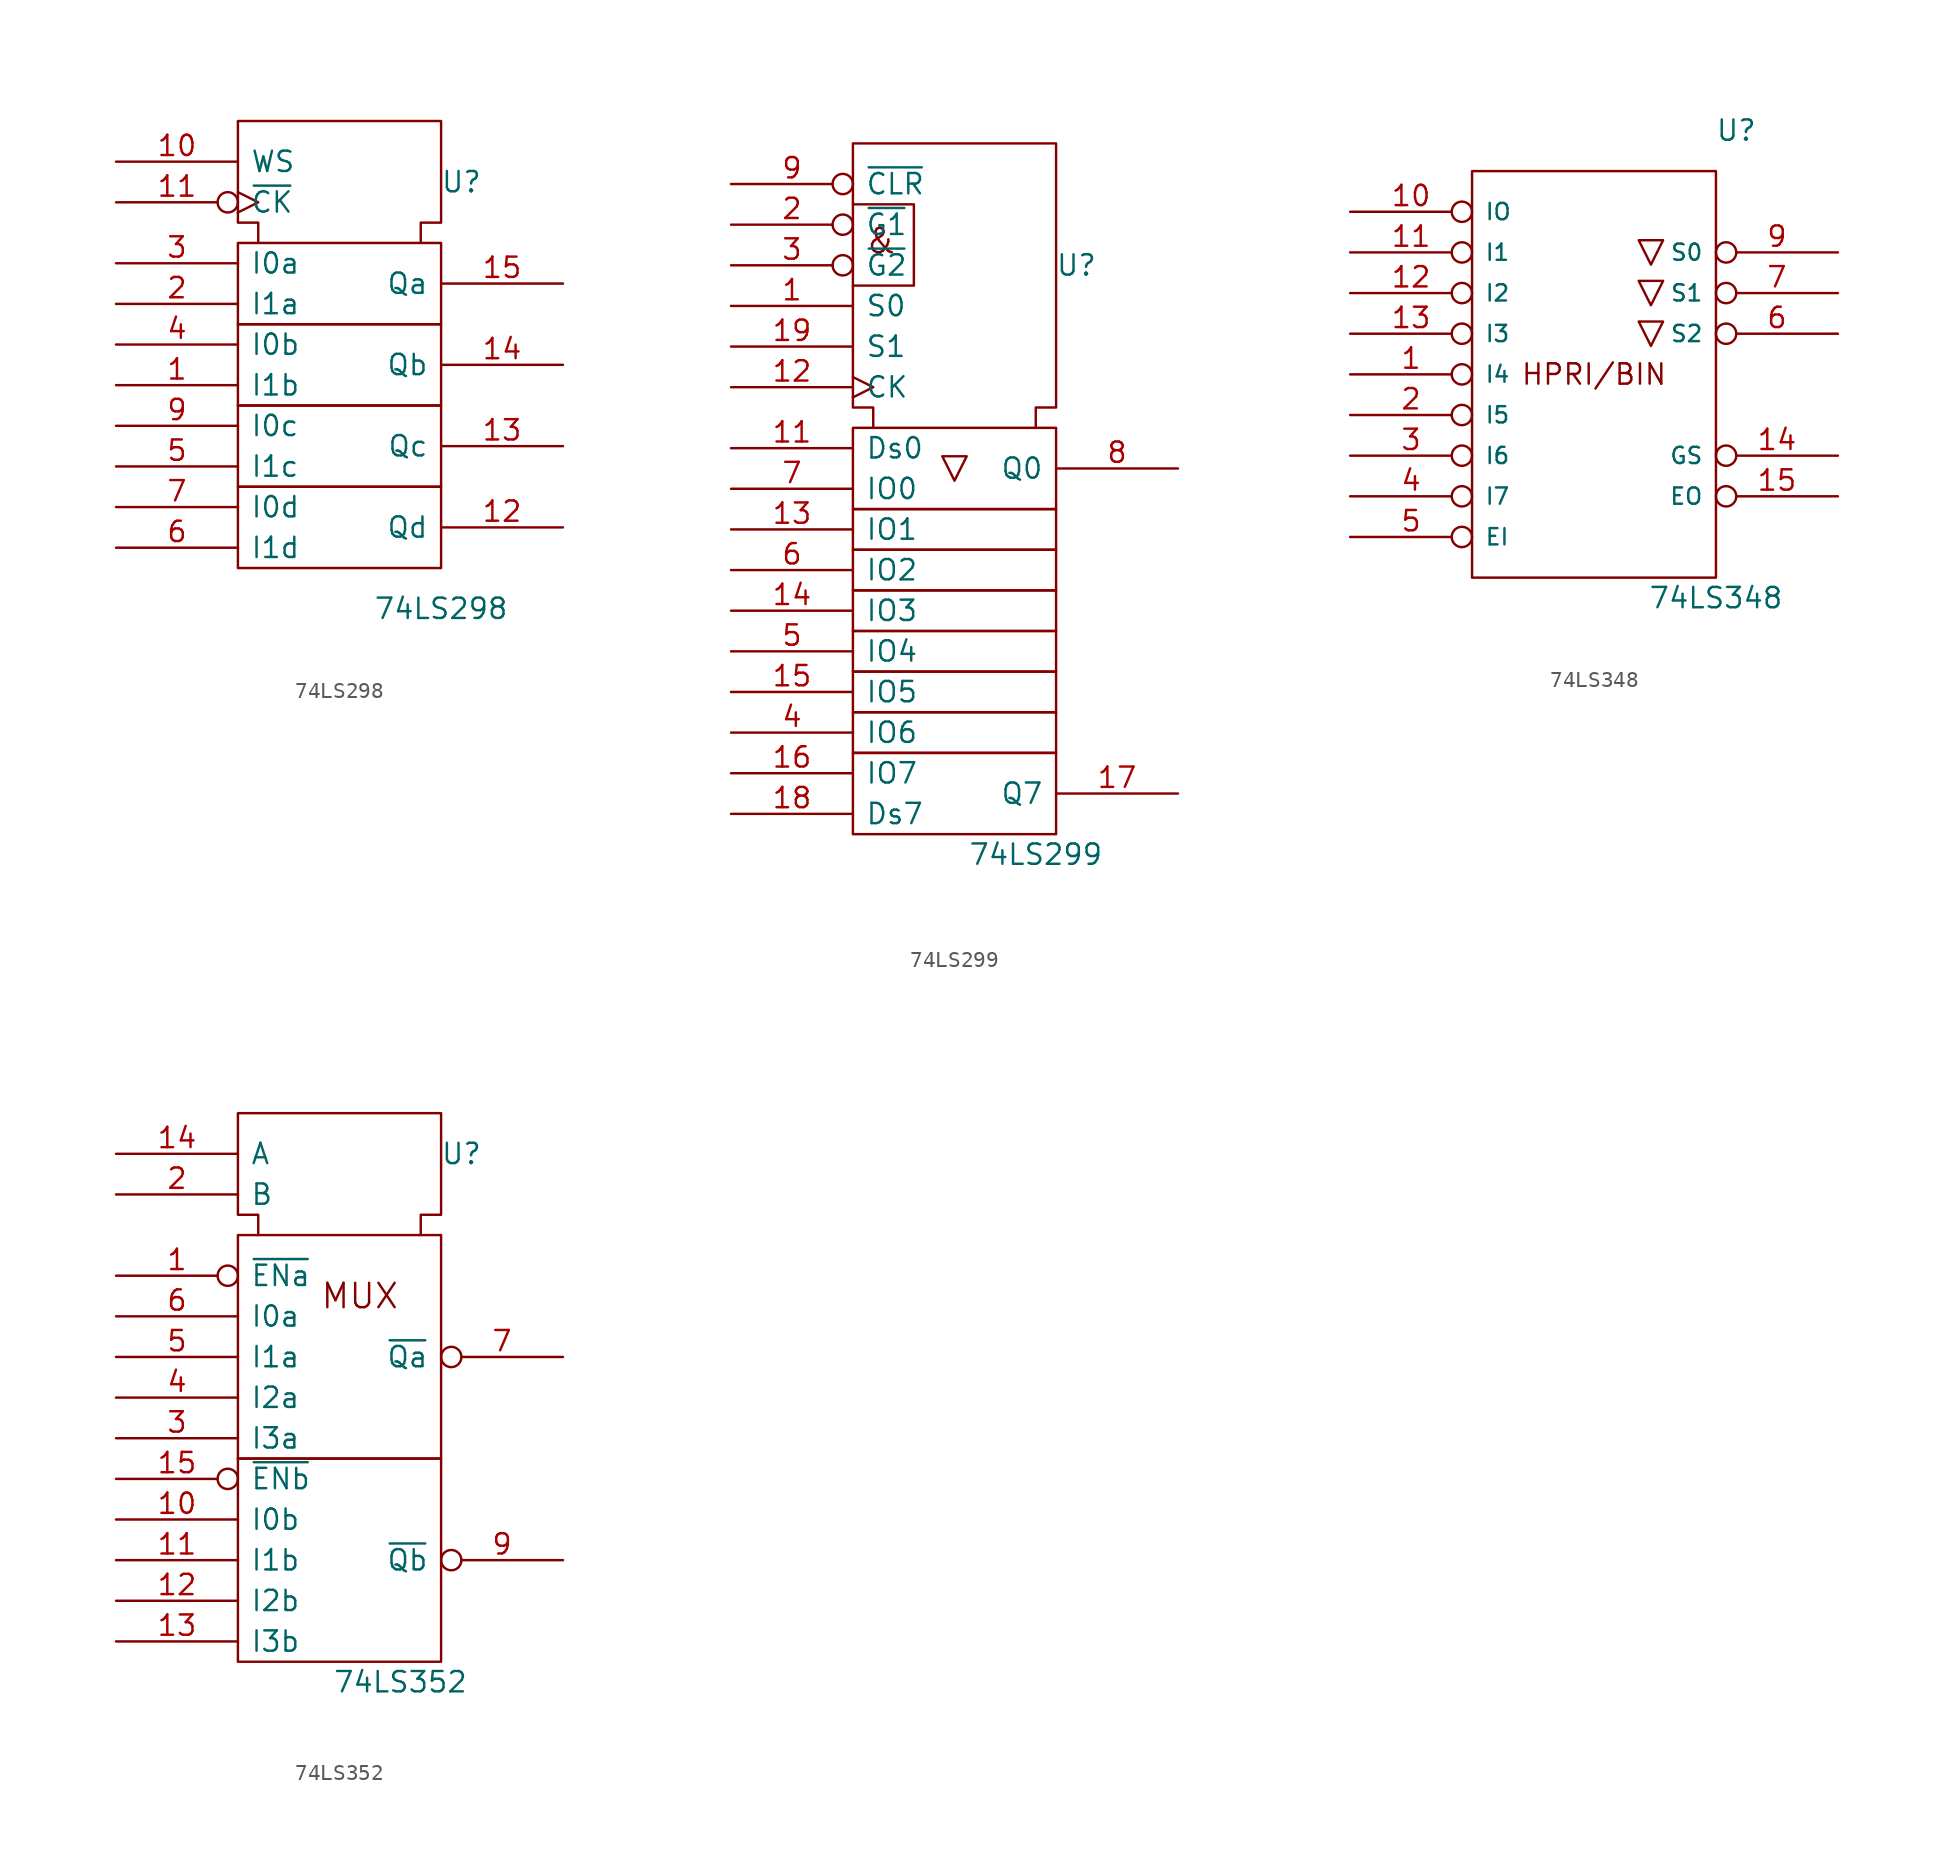
<source format=kicad_sym>
(kicad_symbol_lib
  (version 20231120)
  (generator "kicad_symbol_editor")
  (generator_version "8.0")
  (symbol "74LS298"
    (pin_names
      (offset 0.762))
    (property "Reference" "U"
      (at 7.62 10.16 0)
      (effects (font (size 1.27 1.27))))
    (property "Value" "74LS298"
      (at 6.35 -16.51 0)
      (effects (font (size 1.27 1.27))))
    (symbol "74LS298_0_0"
      (rectangle (start -6.35 -8.89) (end 6.35 -13.97) (stroke (width 0) (type default)) (fill (type none)))
      (rectangle (start -6.35 -3.81) (end 6.35 -8.89) (stroke (width 0) (type default)) (fill (type none)))
      (rectangle (start -6.35 1.27) (end 6.35 -3.81) (stroke (width 0) (type default)) (fill (type none)))
      (rectangle (start -6.35 6.35) (end 6.35 1.27) (stroke (width 0) (type default)) (fill (type none)))
      (polyline (pts (xy -5.08 6.35) (xy -5.08 7.62) (xy -6.35 7.62) (xy -6.35 13.97) (xy 6.35 13.97) (xy 6.35 7.62) (xy 5.08 7.62) (xy 5.08 6.35) (xy 5.08 6.35)) (stroke (width 0) (type default)) (fill (type none)))
      (pin power_in line (at 3.81 13.97 270) (length 0) hide (name "VCC" (effects (font (size 1.27 1.27)))) (number "16" (effects (font (size 1.27 1.27)))))
      (pin power_in line (at 0 13.97 270) (length 0) hide (name "GND" (effects (font (size 1.27 1.27)))) (number "8" (effects (font (size 1.27 1.27))))))
    (symbol "74LS298_1_1"
      (pin input line (at -13.97 -2.54 0) (length 7.62) (name "I1b" (effects (font (size 1.27 1.27)))) (number "1" (effects (font (size 1.27 1.27)))))
      (pin input line (at -13.97 11.43 0) (length 7.62) (name "WS" (effects (font (size 1.27 1.27)))) (number "10" (effects (font (size 1.27 1.27)))))
      (pin input inverted_clock (at -13.97 8.89 0) (length 7.62) (name "~{CK}" (effects (font (size 1.27 1.27)))) (number "11" (effects (font (size 1.27 1.27)))))
      (pin tri_state line (at 13.97 -11.43 180) (length 7.62) (name "Qd" (effects (font (size 1.27 1.27)))) (number "12" (effects (font (size 1.27 1.27)))))
      (pin tri_state line (at 13.97 -6.35 180) (length 7.62) (name "Qc" (effects (font (size 1.27 1.27)))) (number "13" (effects (font (size 1.27 1.27)))))
      (pin tri_state line (at 13.97 -1.27 180) (length 7.62) (name "Qb" (effects (font (size 1.27 1.27)))) (number "14" (effects (font (size 1.27 1.27)))))
      (pin tri_state line (at 13.97 3.81 180) (length 7.62) (name "Qa" (effects (font (size 1.27 1.27)))) (number "15" (effects (font (size 1.27 1.27)))))
      (pin input line (at -13.97 2.54 0) (length 7.62) (name "I1a" (effects (font (size 1.27 1.27)))) (number "2" (effects (font (size 1.27 1.27)))))
      (pin input line (at -13.97 5.08 0) (length 7.62) (name "I0a" (effects (font (size 1.27 1.27)))) (number "3" (effects (font (size 1.27 1.27)))))
      (pin input line (at -13.97 0 0) (length 7.62) (name "I0b" (effects (font (size 1.27 1.27)))) (number "4" (effects (font (size 1.27 1.27)))))
      (pin input line (at -13.97 -7.62 0) (length 7.62) (name "I1c" (effects (font (size 1.27 1.27)))) (number "5" (effects (font (size 1.27 1.27)))))
      (pin input line (at -13.97 -12.7 0) (length 7.62) (name "I1d" (effects (font (size 1.27 1.27)))) (number "6" (effects (font (size 1.27 1.27)))))
      (pin input line (at -13.97 -10.16 0) (length 7.62) (name "I0d" (effects (font (size 1.27 1.27)))) (number "7" (effects (font (size 1.27 1.27)))))
      (pin input line (at -13.97 -5.08 0) (length 7.62) (name "I0c" (effects (font (size 1.27 1.27)))) (number "9" (effects (font (size 1.27 1.27)))))))
  (symbol "74LS299"
    (pin_names
      (offset 0.762))
    (property "Reference" "U"
      (at 7.62 6.35 0)
      (effects (font (size 1.27 1.27))))
    (property "Value" "74LS299"
      (at 5.08 -30.48 0)
      (effects (font (size 1.27 1.27))))
    (symbol "74LS299_0_0"
      (polyline (pts (xy 0.762 -5.588) (xy -0.762 -5.588) (xy 0 -7.112) (xy 0.762 -5.588) (xy 0.762 -5.588)) (stroke (width 0) (type default)) (fill (type none)))
      (text "&" (at -4.572 7.874 0) (effects (font (size 1.524 1.524))))
      (pin power_in line (at 0 13.97 270) (length 0) hide (name "GND" (effects (font (size 1.27 1.27)))) (number "10" (effects (font (size 1.27 1.27)))))
      (pin power_in line (at 3.81 13.97 270) (length 0) hide (name "VCC" (effects (font (size 1.27 1.27)))) (number "20" (effects (font (size 1.27 1.27))))))
    (symbol "74LS299_0_1"
      (rectangle (start -6.35 -24.13) (end 6.35 -29.21) (stroke (width 0) (type default)) (fill (type none)))
      (rectangle (start -6.35 -21.59) (end 6.35 -24.13) (stroke (width 0) (type default)) (fill (type none)))
      (rectangle (start -6.35 -19.05) (end 6.35 -21.59) (stroke (width 0) (type default)) (fill (type none)))
      (rectangle (start -6.35 -16.51) (end 6.35 -19.05) (stroke (width 0) (type default)) (fill (type none)))
      (rectangle (start -6.35 -13.97) (end 6.35 -16.51) (stroke (width 0) (type default)) (fill (type none)))
      (rectangle (start -6.35 -11.43) (end 6.35 -13.97) (stroke (width 0) (type default)) (fill (type none)))
      (rectangle (start -6.35 -8.89) (end 6.35 -11.43) (stroke (width 0) (type default)) (fill (type none)))
      (rectangle (start -6.35 -3.81) (end 6.35 -8.89) (stroke (width 0) (type default)) (fill (type none)))
      (polyline (pts (xy -6.35 10.16) (xy -2.54 10.16) (xy -2.54 5.08) (xy -6.35 5.08) (xy -6.35 5.08)) (stroke (width 0) (type default)) (fill (type none)))
      (polyline (pts (xy -5.08 -3.81) (xy -5.08 -2.54) (xy -6.35 -2.54) (xy -6.35 13.97) (xy 6.35 13.97) (xy 6.35 -2.54) (xy 5.08 -2.54) (xy 5.08 -3.81) (xy 5.08 -3.81)) (stroke (width 0) (type default)) (fill (type none))))
    (symbol "74LS299_1_1"
      (pin input line (at -13.97 3.81 0) (length 7.62) (name "S0" (effects (font (size 1.27 1.27)))) (number "1" (effects (font (size 1.27 1.27)))))
      (pin input line (at -13.97 -5.08 0) (length 7.62) (name "Ds0" (effects (font (size 1.27 1.27)))) (number "11" (effects (font (size 1.27 1.27)))))
      (pin input clock (at -13.97 -1.27 0) (length 7.62) (name "CK" (effects (font (size 1.27 1.27)))) (number "12" (effects (font (size 1.27 1.27)))))
      (pin tri_state line (at -13.97 -10.16 0) (length 7.62) (name "IO1" (effects (font (size 1.27 1.27)))) (number "13" (effects (font (size 1.27 1.27)))))
      (pin tri_state line (at -13.97 -15.24 0) (length 7.62) (name "IO3" (effects (font (size 1.27 1.27)))) (number "14" (effects (font (size 1.27 1.27)))))
      (pin tri_state line (at -13.97 -20.32 0) (length 7.62) (name "IO5" (effects (font (size 1.27 1.27)))) (number "15" (effects (font (size 1.27 1.27)))))
      (pin tri_state line (at -13.97 -25.4 0) (length 7.62) (name "IO7" (effects (font (size 1.27 1.27)))) (number "16" (effects (font (size 1.27 1.27)))))
      (pin output line (at 13.97 -26.67 180) (length 7.62) (name "Q7" (effects (font (size 1.27 1.27)))) (number "17" (effects (font (size 1.27 1.27)))))
      (pin input line (at -13.97 -27.94 0) (length 7.62) (name "Ds7" (effects (font (size 1.27 1.27)))) (number "18" (effects (font (size 1.27 1.27)))))
      (pin input line (at -13.97 1.27 0) (length 7.62) (name "S1" (effects (font (size 1.27 1.27)))) (number "19" (effects (font (size 1.27 1.27)))))
      (pin input inverted (at -13.97 8.89 0) (length 7.62) (name "~{G1}" (effects (font (size 1.27 1.27)))) (number "2" (effects (font (size 1.27 1.27)))))
      (pin input inverted (at -13.97 6.35 0) (length 7.62) (name "~{G2}" (effects (font (size 1.27 1.27)))) (number "3" (effects (font (size 1.27 1.27)))))
      (pin tri_state line (at -13.97 -22.86 0) (length 7.62) (name "IO6" (effects (font (size 1.27 1.27)))) (number "4" (effects (font (size 1.27 1.27)))))
      (pin tri_state line (at -13.97 -17.78 0) (length 7.62) (name "IO4" (effects (font (size 1.27 1.27)))) (number "5" (effects (font (size 1.27 1.27)))))
      (pin tri_state line (at -13.97 -12.7 0) (length 7.62) (name "IO2" (effects (font (size 1.27 1.27)))) (number "6" (effects (font (size 1.27 1.27)))))
      (pin tri_state line (at -13.97 -7.62 0) (length 7.62) (name "IO0" (effects (font (size 1.27 1.27)))) (number "7" (effects (font (size 1.27 1.27)))))
      (pin output line (at 13.97 -6.35 180) (length 7.62) (name "Q0" (effects (font (size 1.27 1.27)))) (number "8" (effects (font (size 1.27 1.27)))))
      (pin input inverted (at -13.97 11.43 0) (length 7.62) (name "~{CLR}" (effects (font (size 1.27 1.27)))) (number "9" (effects (font (size 1.27 1.27)))))))
  (symbol "74LS348"
    (pin_names
      (offset 0.762))
    (property "Reference" "U"
      (at 8.89 15.24 0)
      (effects (font (size 1.27 1.27))))
    (property "Value" "74LS348"
      (at 7.62 -13.97 0)
      (effects (font (size 1.27 1.27))))
    (symbol "74LS348_0_0"
      (rectangle (start -7.62 12.7) (end 7.62 -12.7) (stroke (width 0) (type default)) (fill (type none)))
      (polyline (pts (xy 4.318 3.302) (xy 2.794 3.302) (xy 3.556 1.778) (xy 4.318 3.302) (xy 4.318 3.302)) (stroke (width 0) (type default)) (fill (type none)))
      (polyline (pts (xy 4.318 5.842) (xy 2.794 5.842) (xy 3.556 4.318) (xy 4.318 5.842) (xy 4.318 5.842)) (stroke (width 0) (type default)) (fill (type none)))
      (polyline (pts (xy 4.318 8.382) (xy 2.794 8.382) (xy 3.556 6.858) (xy 4.318 8.382) (xy 4.318 8.382)) (stroke (width 0) (type default)) (fill (type none)))
      (text "HPRI/BIN" (at 0 0 0) (effects (font (size 1.27 1.27))))
      (pin power_in line (at 0 12.7 270) (length 0) hide (name "VCC" (effects (font (size 1.016 1.016)))) (number "16" (effects (font (size 1.27 1.27)))))
      (pin power_in line (at 0 -12.7 90) (length 0) hide (name "GND" (effects (font (size 1.016 1.016)))) (number "8" (effects (font (size 1.27 1.27))))))
    (symbol "74LS348_1_1"
      (pin input inverted (at -15.24 0 0) (length 7.62) (name "I4" (effects (font (size 1.016 1.016)))) (number "1" (effects (font (size 1.27 1.27)))))
      (pin input inverted (at -15.24 10.16 0) (length 7.62) (name "IO" (effects (font (size 1.016 1.016)))) (number "10" (effects (font (size 1.27 1.27)))))
      (pin input inverted (at -15.24 7.62 0) (length 7.62) (name "I1" (effects (font (size 1.016 1.016)))) (number "11" (effects (font (size 1.27 1.27)))))
      (pin input inverted (at -15.24 5.08 0) (length 7.62) (name "I2" (effects (font (size 1.016 1.016)))) (number "12" (effects (font (size 1.27 1.27)))))
      (pin input inverted (at -15.24 2.54 0) (length 7.62) (name "I3" (effects (font (size 1.016 1.016)))) (number "13" (effects (font (size 1.27 1.27)))))
      (pin output inverted (at 15.24 -5.08 180) (length 7.62) (name "GS" (effects (font (size 1.016 1.016)))) (number "14" (effects (font (size 1.27 1.27)))))
      (pin output inverted (at 15.24 -7.62 180) (length 7.62) (name "EO" (effects (font (size 1.016 1.016)))) (number "15" (effects (font (size 1.27 1.27)))))
      (pin input inverted (at -15.24 -2.54 0) (length 7.62) (name "I5" (effects (font (size 1.016 1.016)))) (number "2" (effects (font (size 1.27 1.27)))))
      (pin input inverted (at -15.24 -5.08 0) (length 7.62) (name "I6" (effects (font (size 1.016 1.016)))) (number "3" (effects (font (size 1.27 1.27)))))
      (pin input inverted (at -15.24 -7.62 0) (length 7.62) (name "I7" (effects (font (size 1.016 1.016)))) (number "4" (effects (font (size 1.27 1.27)))))
      (pin input inverted (at -15.24 -10.16 0) (length 7.62) (name "EI" (effects (font (size 1.016 1.016)))) (number "5" (effects (font (size 1.27 1.27)))))
      (pin output inverted (at 15.24 2.54 180) (length 7.62) (name "S2" (effects (font (size 1.016 1.016)))) (number "6" (effects (font (size 1.27 1.27)))))
      (pin output inverted (at 15.24 5.08 180) (length 7.62) (name "S1" (effects (font (size 1.016 1.016)))) (number "7" (effects (font (size 1.27 1.27)))))
      (pin output inverted (at 15.24 7.62 180) (length 7.62) (name "S0" (effects (font (size 1.016 1.016)))) (number "9" (effects (font (size 1.27 1.27)))))))
  (symbol "74LS352"
    (pin_names
      (offset 0.762))
    (property "Reference" "U"
      (at 7.62 16.51 0)
      (effects (font (size 1.27 1.27))))
    (property "Value" "74LS352"
      (at 3.81 -16.51 0)
      (effects (font (size 1.27 1.27))))
    (symbol "74LS352_0_0"
      (rectangle (start -6.35 -2.54) (end 6.35 -15.24) (stroke (width 0) (type default)) (fill (type none)))
      (rectangle (start -6.35 11.43) (end 6.35 -2.54) (stroke (width 0) (type default)) (fill (type none)))
      (polyline (pts (xy -5.08 11.43) (xy -5.08 12.7) (xy -6.35 12.7) (xy -6.35 19.05) (xy 6.35 19.05) (xy 6.35 12.7) (xy 5.08 12.7) (xy 5.08 11.43) (xy 5.08 11.43)) (stroke (width 0) (type default)) (fill (type none)))
      (text "MUX" (at 1.27 7.62 0) (effects (font (size 1.524 1.524))))
      (pin power_in line (at 3.81 19.05 270) (length 0) hide (name "VCC" (effects (font (size 1.27 1.27)))) (number "16" (effects (font (size 1.27 1.27)))))
      (pin power_in line (at 0 19.05 270) (length 0) hide (name "GND" (effects (font (size 1.27 1.27)))) (number "8" (effects (font (size 1.27 1.27))))))
    (symbol "74LS352_1_1"
      (pin input inverted (at -13.97 8.89 0) (length 7.62) (name "~{ENa}" (effects (font (size 1.27 1.27)))) (number "1" (effects (font (size 1.27 1.27)))))
      (pin input line (at -13.97 -6.35 0) (length 7.62) (name "I0b" (effects (font (size 1.27 1.27)))) (number "10" (effects (font (size 1.27 1.27)))))
      (pin input line (at -13.97 -8.89 0) (length 7.62) (name "I1b" (effects (font (size 1.27 1.27)))) (number "11" (effects (font (size 1.27 1.27)))))
      (pin input line (at -13.97 -11.43 0) (length 7.62) (name "I2b" (effects (font (size 1.27 1.27)))) (number "12" (effects (font (size 1.27 1.27)))))
      (pin input line (at -13.97 -13.97 0) (length 7.62) (name "I3b" (effects (font (size 1.27 1.27)))) (number "13" (effects (font (size 1.27 1.27)))))
      (pin input line (at -13.97 16.51 0) (length 7.62) (name "A" (effects (font (size 1.27 1.27)))) (number "14" (effects (font (size 1.27 1.27)))))
      (pin input inverted (at -13.97 -3.81 0) (length 7.62) (name "~{ENb}" (effects (font (size 1.27 1.27)))) (number "15" (effects (font (size 1.27 1.27)))))
      (pin input line (at -13.97 13.97 0) (length 7.62) (name "B" (effects (font (size 1.27 1.27)))) (number "2" (effects (font (size 1.27 1.27)))))
      (pin input line (at -13.97 -1.27 0) (length 7.62) (name "I3a" (effects (font (size 1.27 1.27)))) (number "3" (effects (font (size 1.27 1.27)))))
      (pin input line (at -13.97 1.27 0) (length 7.62) (name "I2a" (effects (font (size 1.27 1.27)))) (number "4" (effects (font (size 1.27 1.27)))))
      (pin input line (at -13.97 3.81 0) (length 7.62) (name "I1a" (effects (font (size 1.27 1.27)))) (number "5" (effects (font (size 1.27 1.27)))))
      (pin input line (at -13.97 6.35 0) (length 7.62) (name "I0a" (effects (font (size 1.27 1.27)))) (number "6" (effects (font (size 1.27 1.27)))))
      (pin output inverted (at 13.97 3.81 180) (length 7.62) (name "~{Qa}" (effects (font (size 1.27 1.27)))) (number "7" (effects (font (size 1.27 1.27)))))
      (pin output inverted (at 13.97 -8.89 180) (length 7.62) (name "~{Qb}" (effects (font (size 1.27 1.27)))) (number "9" (effects (font (size 1.27 1.27))))))))
</source>
